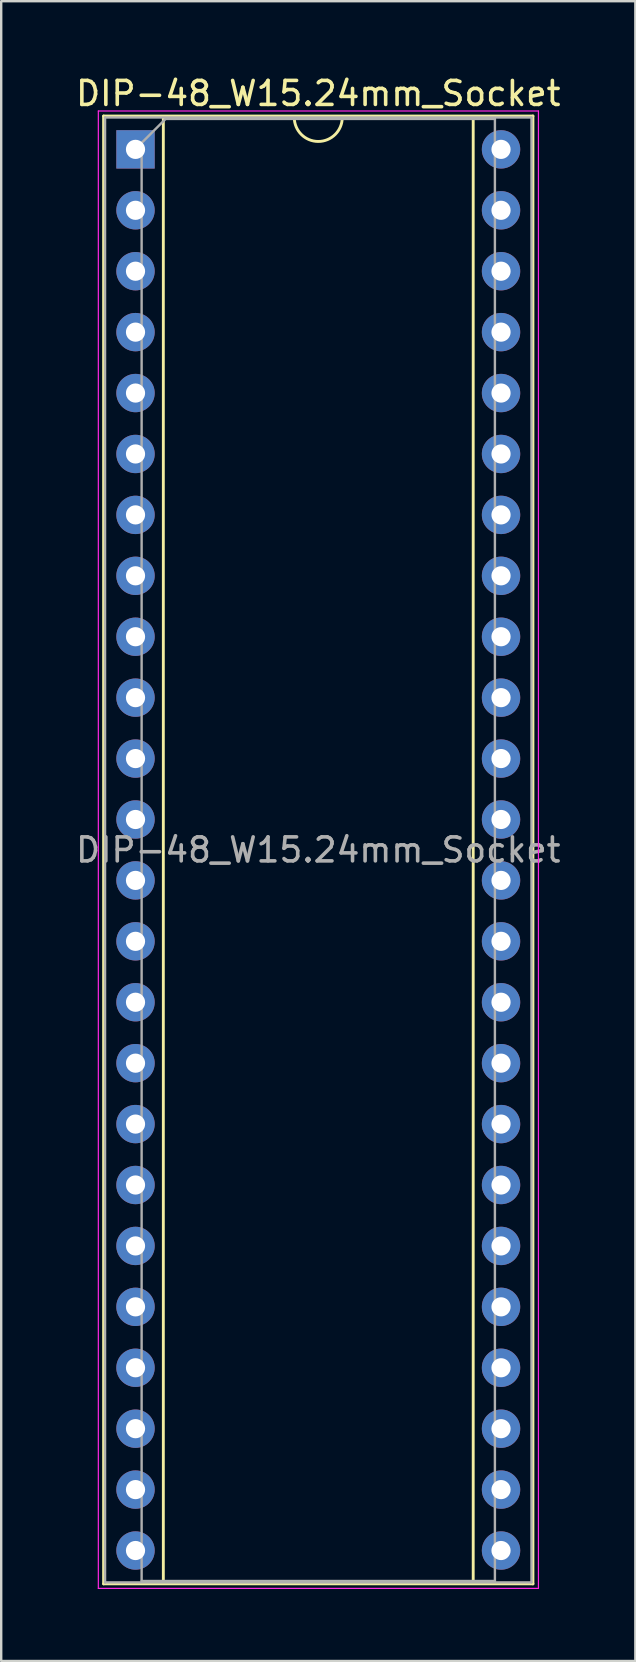
<source format=kicad_pcb>
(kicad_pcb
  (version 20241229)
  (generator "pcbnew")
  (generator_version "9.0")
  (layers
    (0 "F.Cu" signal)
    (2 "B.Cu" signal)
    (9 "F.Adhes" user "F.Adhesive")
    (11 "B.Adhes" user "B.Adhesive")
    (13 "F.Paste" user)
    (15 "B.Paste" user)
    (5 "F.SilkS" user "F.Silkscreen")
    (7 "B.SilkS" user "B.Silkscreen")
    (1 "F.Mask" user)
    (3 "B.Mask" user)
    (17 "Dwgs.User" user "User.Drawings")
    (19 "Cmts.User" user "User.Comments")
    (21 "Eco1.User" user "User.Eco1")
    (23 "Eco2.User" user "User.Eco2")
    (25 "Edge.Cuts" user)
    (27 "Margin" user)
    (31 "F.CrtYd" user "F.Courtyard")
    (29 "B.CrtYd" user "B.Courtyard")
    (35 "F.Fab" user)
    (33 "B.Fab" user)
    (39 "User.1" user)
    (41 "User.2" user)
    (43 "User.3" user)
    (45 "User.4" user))
  (footprint "DIP-48_W15.24mm_Socket"
    (layer "F.Cu")
    (at 2.6 3.178)
    (property "Reference" "DIP-48_W15.24mm_Socket" (at 7.62 -2.33 0) (layer "F.SilkS") (effects (font (size 1 1) (thickness 0.15))))
    (attr through_hole)
    (fp_line (start -1.33 -1.39) (end -1.33 59.81) (stroke (width 0.12) (type solid)) (layer "F.SilkS"))
    (fp_line (start -1.33 59.81) (end 16.57 59.81) (stroke (width 0.12) (type solid)) (layer "F.SilkS"))
    (fp_line (start 1.16 -1.33) (end 1.16 59.75) (stroke (width 0.12) (type solid)) (layer "F.SilkS"))
    (fp_line (start 1.16 59.75) (end 14.08 59.75) (stroke (width 0.12) (type solid)) (layer "F.SilkS"))
    (fp_line (start 6.62 -1.33) (end 1.16 -1.33) (stroke (width 0.12) (type solid)) (layer "F.SilkS"))
    (fp_line (start 14.08 -1.33) (end 8.62 -1.33) (stroke (width 0.12) (type solid)) (layer "F.SilkS"))
    (fp_line (start 14.08 59.75) (end 14.08 -1.33) (stroke (width 0.12) (type solid)) (layer "F.SilkS"))
    (fp_line (start 16.57 -1.39) (end -1.33 -1.39) (stroke (width 0.12) (type solid)) (layer "F.SilkS"))
    (fp_line (start 16.57 59.81) (end 16.57 -1.39) (stroke (width 0.12) (type solid)) (layer "F.SilkS"))
    (fp_arc (start 8.62 -1.33) (mid 7.62 -0.33) (end 6.62 -1.33) (stroke (width 0.12) (type solid)) (layer "F.SilkS"))
    (fp_line (start -1.55 -1.6) (end -1.55 60) (stroke (width 0.05) (type solid)) (layer "F.CrtYd"))
    (fp_line (start -1.55 60) (end 16.8 60) (stroke (width 0.05) (type solid)) (layer "F.CrtYd"))
    (fp_line (start 16.8 -1.6) (end -1.55 -1.6) (stroke (width 0.05) (type solid)) (layer "F.CrtYd"))
    (fp_line (start 16.8 60) (end 16.8 -1.6) (stroke (width 0.05) (type solid)) (layer "F.CrtYd"))
    (fp_line (start -1.27 -1.33) (end -1.27 59.75) (stroke (width 0.1) (type solid)) (layer "F.Fab"))
    (fp_line (start -1.27 59.75) (end 16.51 59.75) (stroke (width 0.1) (type solid)) (layer "F.Fab"))
    (fp_line (start 0.255 -0.27) (end 1.255 -1.27) (stroke (width 0.1) (type solid)) (layer "F.Fab"))
    (fp_line (start 0.255 59.69) (end 0.255 -0.27) (stroke (width 0.1) (type solid)) (layer "F.Fab"))
    (fp_line (start 1.255 -1.27) (end 14.985 -1.27) (stroke (width 0.1) (type solid)) (layer "F.Fab"))
    (fp_line (start 14.985 -1.27) (end 14.985 59.69) (stroke (width 0.1) (type solid)) (layer "F.Fab"))
    (fp_line (start 14.985 59.69) (end 0.255 59.69) (stroke (width 0.1) (type solid)) (layer "F.Fab"))
    (fp_line (start 16.51 -1.33) (end -1.27 -1.33) (stroke (width 0.1) (type solid)) (layer "F.Fab"))
    (fp_line (start 16.51 59.75) (end 16.51 -1.33) (stroke (width 0.1) (type solid)) (layer "F.Fab"))
    (fp_text user "${REFERENCE}" (at 7.62 29.21 0) (layer "F.Fab") (effects (font (size 1 1) (thickness 0.15))))
    (pad "1" thru_hole rect (at 0 0) (size 1.6 1.6) (drill 0.8) (layers "*.Cu" "*.Mask"))
    (pad "2" thru_hole oval (at 0 2.54) (size 1.6 1.6) (drill 0.8) (layers "*.Cu" "*.Mask"))
    (pad "3" thru_hole oval (at 0 5.08) (size 1.6 1.6) (drill 0.8) (layers "*.Cu" "*.Mask"))
    (pad "4" thru_hole oval (at 0 7.62) (size 1.6 1.6) (drill 0.8) (layers "*.Cu" "*.Mask"))
    (pad "5" thru_hole oval (at 0 10.16) (size 1.6 1.6) (drill 0.8) (layers "*.Cu" "*.Mask"))
    (pad "6" thru_hole oval (at 0 12.7) (size 1.6 1.6) (drill 0.8) (layers "*.Cu" "*.Mask"))
    (pad "7" thru_hole oval (at 0 15.24) (size 1.6 1.6) (drill 0.8) (layers "*.Cu" "*.Mask"))
    (pad "8" thru_hole oval (at 0 17.78) (size 1.6 1.6) (drill 0.8) (layers "*.Cu" "*.Mask"))
    (pad "9" thru_hole oval (at 0 20.32) (size 1.6 1.6) (drill 0.8) (layers "*.Cu" "*.Mask"))
    (pad "10" thru_hole oval (at 0 22.86) (size 1.6 1.6) (drill 0.8) (layers "*.Cu" "*.Mask"))
    (pad "11" thru_hole oval (at 0 25.4) (size 1.6 1.6) (drill 0.8) (layers "*.Cu" "*.Mask"))
    (pad "12" thru_hole oval (at 0 27.94) (size 1.6 1.6) (drill 0.8) (layers "*.Cu" "*.Mask"))
    (pad "13" thru_hole oval (at 0 30.48) (size 1.6 1.6) (drill 0.8) (layers "*.Cu" "*.Mask"))
    (pad "14" thru_hole oval (at 0 33.02) (size 1.6 1.6) (drill 0.8) (layers "*.Cu" "*.Mask"))
    (pad "15" thru_hole oval (at 0 35.56) (size 1.6 1.6) (drill 0.8) (layers "*.Cu" "*.Mask"))
    (pad "16" thru_hole oval (at 0 38.1) (size 1.6 1.6) (drill 0.8) (layers "*.Cu" "*.Mask"))
    (pad "17" thru_hole oval (at 0 40.64) (size 1.6 1.6) (drill 0.8) (layers "*.Cu" "*.Mask"))
    (pad "18" thru_hole oval (at 0 43.18) (size 1.6 1.6) (drill 0.8) (layers "*.Cu" "*.Mask"))
    (pad "19" thru_hole oval (at 0 45.72) (size 1.6 1.6) (drill 0.8) (layers "*.Cu" "*.Mask"))
    (pad "20" thru_hole oval (at 0 48.26) (size 1.6 1.6) (drill 0.8) (layers "*.Cu" "*.Mask"))
    (pad "21" thru_hole oval (at 0 50.8) (size 1.6 1.6) (drill 0.8) (layers "*.Cu" "*.Mask"))
    (pad "22" thru_hole oval (at 0 53.34) (size 1.6 1.6) (drill 0.8) (layers "*.Cu" "*.Mask"))
    (pad "23" thru_hole oval (at 0 55.88) (size 1.6 1.6) (drill 0.8) (layers "*.Cu" "*.Mask"))
    (pad "24" thru_hole oval (at 0 58.42) (size 1.6 1.6) (drill 0.8) (layers "*.Cu" "*.Mask"))
    (pad "25" thru_hole oval (at 15.24 58.42) (size 1.6 1.6) (drill 0.8) (layers "*.Cu" "*.Mask"))
    (pad "26" thru_hole oval (at 15.24 55.88) (size 1.6 1.6) (drill 0.8) (layers "*.Cu" "*.Mask"))
    (pad "27" thru_hole oval (at 15.24 53.34) (size 1.6 1.6) (drill 0.8) (layers "*.Cu" "*.Mask"))
    (pad "28" thru_hole oval (at 15.24 50.8) (size 1.6 1.6) (drill 0.8) (layers "*.Cu" "*.Mask"))
    (pad "29" thru_hole oval (at 15.24 48.26) (size 1.6 1.6) (drill 0.8) (layers "*.Cu" "*.Mask"))
    (pad "30" thru_hole oval (at 15.24 45.72) (size 1.6 1.6) (drill 0.8) (layers "*.Cu" "*.Mask"))
    (pad "31" thru_hole oval (at 15.24 43.18) (size 1.6 1.6) (drill 0.8) (layers "*.Cu" "*.Mask"))
    (pad "32" thru_hole oval (at 15.24 40.64) (size 1.6 1.6) (drill 0.8) (layers "*.Cu" "*.Mask"))
    (pad "33" thru_hole oval (at 15.24 38.1) (size 1.6 1.6) (drill 0.8) (layers "*.Cu" "*.Mask"))
    (pad "34" thru_hole oval (at 15.24 35.56) (size 1.6 1.6) (drill 0.8) (layers "*.Cu" "*.Mask"))
    (pad "35" thru_hole oval (at 15.24 33.02) (size 1.6 1.6) (drill 0.8) (layers "*.Cu" "*.Mask"))
    (pad "36" thru_hole oval (at 15.24 30.48) (size 1.6 1.6) (drill 0.8) (layers "*.Cu" "*.Mask"))
    (pad "37" thru_hole oval (at 15.24 27.94) (size 1.6 1.6) (drill 0.8) (layers "*.Cu" "*.Mask"))
    (pad "38" thru_hole oval (at 15.24 25.4) (size 1.6 1.6) (drill 0.8) (layers "*.Cu" "*.Mask"))
    (pad "39" thru_hole oval (at 15.24 22.86) (size 1.6 1.6) (drill 0.8) (layers "*.Cu" "*.Mask"))
    (pad "40" thru_hole oval (at 15.24 20.32) (size 1.6 1.6) (drill 0.8) (layers "*.Cu" "*.Mask"))
    (pad "41" thru_hole oval (at 15.24 17.78) (size 1.6 1.6) (drill 0.8) (layers "*.Cu" "*.Mask"))
    (pad "42" thru_hole oval (at 15.24 15.24) (size 1.6 1.6) (drill 0.8) (layers "*.Cu" "*.Mask"))
    (pad "43" thru_hole oval (at 15.24 12.7) (size 1.6 1.6) (drill 0.8) (layers "*.Cu" "*.Mask"))
    (pad "44" thru_hole oval (at 15.24 10.16) (size 1.6 1.6) (drill 0.8) (layers "*.Cu" "*.Mask"))
    (pad "45" thru_hole oval (at 15.24 7.62) (size 1.6 1.6) (drill 0.8) (layers "*.Cu" "*.Mask"))
    (pad "46" thru_hole oval (at 15.24 5.08) (size 1.6 1.6) (drill 0.8) (layers "*.Cu" "*.Mask"))
    (pad "47" thru_hole oval (at 15.24 2.54) (size 1.6 1.6) (drill 0.8) (layers "*.Cu" "*.Mask"))
    (pad "48" thru_hole oval (at 15.24 0) (size 1.6 1.6) (drill 0.8) (layers "*.Cu" "*.Mask")))
  (gr_rect
    (start -3 -3)
    (end 23.44 66.203)
    (stroke (width 0.1) (type default))
    (fill no)
    (layer "Edge.Cuts")))
</source>
